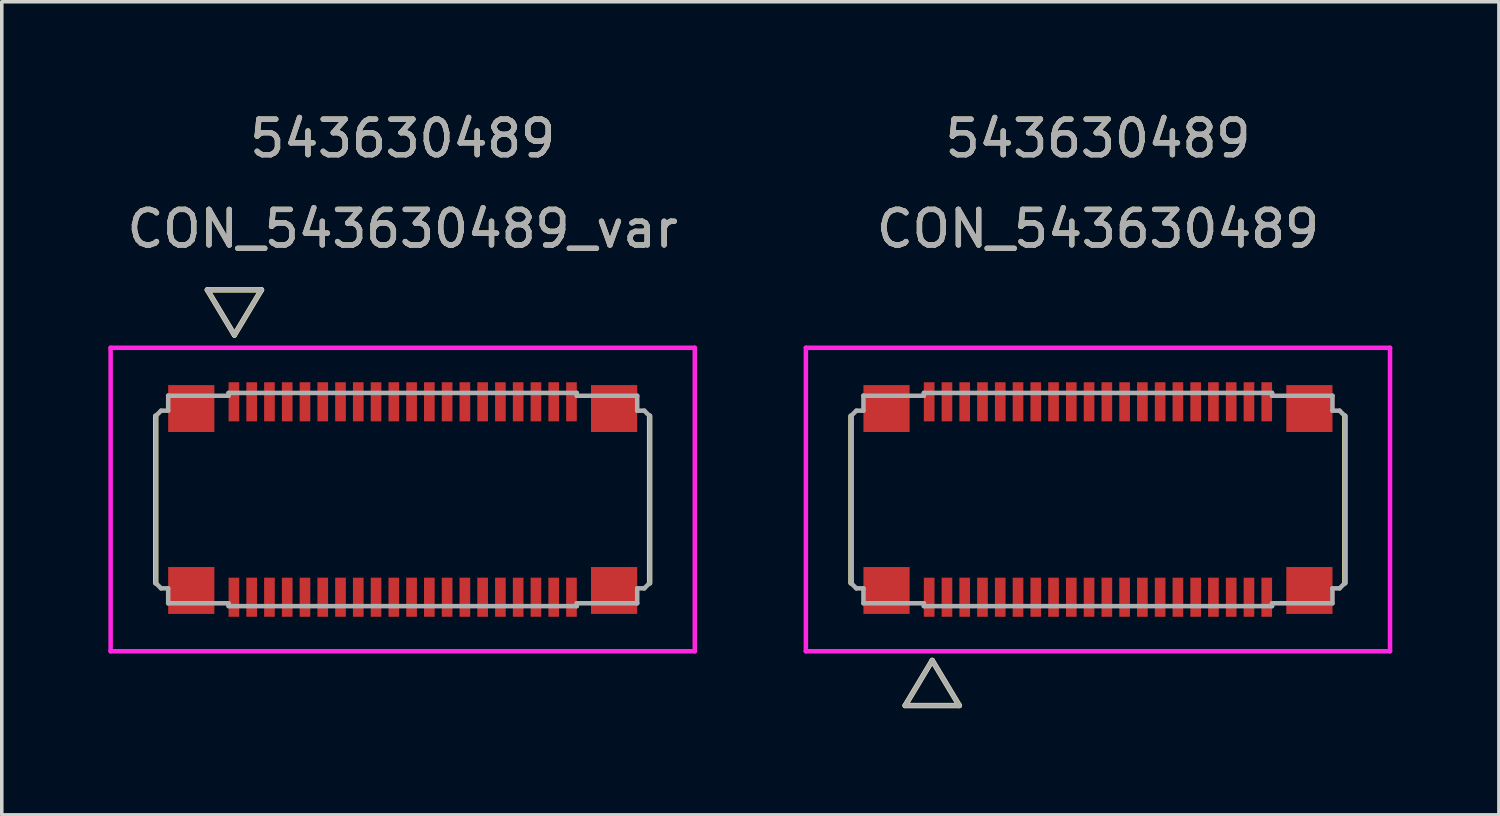
<source format=kicad_pcb>
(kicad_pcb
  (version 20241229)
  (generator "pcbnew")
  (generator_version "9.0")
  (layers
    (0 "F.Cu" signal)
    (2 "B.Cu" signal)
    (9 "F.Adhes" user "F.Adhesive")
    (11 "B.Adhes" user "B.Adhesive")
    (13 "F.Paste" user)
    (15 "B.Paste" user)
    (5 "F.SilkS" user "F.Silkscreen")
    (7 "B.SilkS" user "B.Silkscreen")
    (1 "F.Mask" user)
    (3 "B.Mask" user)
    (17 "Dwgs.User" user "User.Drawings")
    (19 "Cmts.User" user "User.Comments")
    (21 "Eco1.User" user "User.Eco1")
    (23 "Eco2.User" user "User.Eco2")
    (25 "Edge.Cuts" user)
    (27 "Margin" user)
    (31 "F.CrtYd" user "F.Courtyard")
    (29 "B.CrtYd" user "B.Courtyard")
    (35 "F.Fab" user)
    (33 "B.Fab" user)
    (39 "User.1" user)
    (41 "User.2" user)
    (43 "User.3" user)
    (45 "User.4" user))
  (footprint "CON_543630489"
    (layer "F.Cu")
    (at 27.85 11.008)
    (property "Reference" "CON_543630489" (at 0 -7.62 0) (unlocked yes) (layer "F.SilkS") (effects (font (size 1 1) (thickness 0.15))))
    (attr smd)
    (fp_line (start -6.95 2.35) (end -6.95 -2.35) (stroke (width 0.152) (type solid)) (layer "F.SilkS"))
    (fp_line (start -4.664 4.528) (end -5.426 5.798) (stroke (width 0.152) (type solid)) (layer "F.SilkS"))
    (fp_line (start -4.664 4.528) (end -3.902 5.798) (stroke (width 0.152) (type solid)) (layer "F.SilkS"))
    (fp_line (start -3.902 5.798) (end -5.426 5.798) (stroke (width 0.152) (type solid)) (layer "F.SilkS"))
    (fp_line (start 6.95 -2.35) (end 6.95 2.35) (stroke (width 0.152) (type solid)) (layer "F.SilkS"))
    (fp_line (start -8.22 -4.27) (end -8.22 4.27) (stroke (width 0.127) (type solid)) (layer "F.CrtYd"))
    (fp_line (start -8.22 4.27) (end 8.22 4.27) (stroke (width 0.127) (type solid)) (layer "F.CrtYd"))
    (fp_line (start 8.22 -4.27) (end -8.22 -4.27) (stroke (width 0.127) (type solid)) (layer "F.CrtYd"))
    (fp_line (start 8.22 4.27) (end 8.22 -4.27) (stroke (width 0.127) (type solid)) (layer "F.CrtYd"))
    (fp_line (start -6.95 -2.35) (end -6.8 -2.5) (stroke (width 0.127) (type solid)) (layer "F.Fab"))
    (fp_line (start -6.95 2.35) (end -6.95 -2.35) (stroke (width 0.127) (type solid)) (layer "F.Fab"))
    (fp_line (start -6.8 -2.5) (end -6.6 -2.5) (stroke (width 0.127) (type solid)) (layer "F.Fab"))
    (fp_line (start -6.8 2.5) (end -6.95 2.35) (stroke (width 0.127) (type solid)) (layer "F.Fab"))
    (fp_line (start -6.6 -2.92) (end -6.6 -2.92) (stroke (width 0.127) (type solid)) (layer "F.Fab"))
    (fp_line (start -6.6 -2.92) (end -4.9 -2.92) (stroke (width 0.127) (type solid)) (layer "F.Fab"))
    (fp_line (start -6.6 -2.5) (end -6.6 -2.92) (stroke (width 0.127) (type solid)) (layer "F.Fab"))
    (fp_line (start -6.6 2.5) (end -6.8 2.5) (stroke (width 0.127) (type solid)) (layer "F.Fab"))
    (fp_line (start -6.6 2.92) (end -6.6 2.5) (stroke (width 0.127) (type solid)) (layer "F.Fab"))
    (fp_line (start -4.9 -3) (end 4.9 -3) (stroke (width 0.127) (type solid)) (layer "F.Fab"))
    (fp_line (start -4.9 -2.92) (end -4.9 -3) (stroke (width 0.127) (type solid)) (layer "F.Fab"))
    (fp_line (start -4.9 2.92) (end -6.6 2.92) (stroke (width 0.127) (type solid)) (layer "F.Fab"))
    (fp_line (start -4.9 3) (end -4.9 2.92) (stroke (width 0.127) (type solid)) (layer "F.Fab"))
    (fp_line (start -4.664 4.528) (end -5.426 5.798) (stroke (width 0.127) (type solid)) (layer "F.Fab"))
    (fp_line (start -4.664 4.528) (end -3.902 5.798) (stroke (width 0.127) (type solid)) (layer "F.Fab"))
    (fp_line (start -3.902 5.798) (end -5.426 5.798) (stroke (width 0.127) (type solid)) (layer "F.Fab"))
    (fp_line (start 4.9 -3) (end 4.9 -2.92) (stroke (width 0.127) (type solid)) (layer "F.Fab"))
    (fp_line (start 4.9 -2.92) (end 6.6 -2.92) (stroke (width 0.127) (type solid)) (layer "F.Fab"))
    (fp_line (start 4.9 2.92) (end 4.9 3) (stroke (width 0.127) (type solid)) (layer "F.Fab"))
    (fp_line (start 4.9 3) (end -4.9 3) (stroke (width 0.127) (type solid)) (layer "F.Fab"))
    (fp_line (start 6.6 -2.92) (end 6.6 -2.5) (stroke (width 0.127) (type solid)) (layer "F.Fab"))
    (fp_line (start 6.6 -2.5) (end 6.8 -2.5) (stroke (width 0.127) (type solid)) (layer "F.Fab"))
    (fp_line (start 6.6 2.5) (end 6.6 2.92) (stroke (width 0.127) (type solid)) (layer "F.Fab"))
    (fp_line (start 6.6 2.92) (end 4.9 2.92) (stroke (width 0.127) (type solid)) (layer "F.Fab"))
    (fp_line (start 6.8 -2.5) (end 6.95 -2.35) (stroke (width 0.127) (type solid)) (layer "F.Fab"))
    (fp_line (start 6.8 2.5) (end 6.6 2.5) (stroke (width 0.127) (type solid)) (layer "F.Fab"))
    (fp_line (start 6.95 -2.35) (end 6.95 2.35) (stroke (width 0.127) (type solid)) (layer "F.Fab"))
    (fp_line (start 6.95 2.35) (end 6.8 2.5) (stroke (width 0.127) (type solid)) (layer "F.Fab"))
    (fp_text user "543630489" (at 0 -10.16 0) (unlocked yes) (layer "F.SilkS") (effects (font (size 1 1) (thickness 0.15))))
    (fp_text user "${REFERENCE}" (at 0 -7.62 0) (unlocked yes) (layer "F.Fab") (effects (font (size 1 1) (thickness 0.15))))
    (fp_text user "543630489" (at 0 -10.16 0) (unlocked yes) (layer "F.Fab") (effects (font (size 1 1) (thickness 0.15))))
    (pad "1" smd rect (at -4.75 2.75) (size 0.3 1.1) (layers "F.Cu" "F.Mask" "F.Paste"))
    (pad "2" smd rect (at -4.25 2.75) (size 0.3 1.1) (layers "F.Cu" "F.Mask" "F.Paste"))
    (pad "3" smd rect (at -3.75 2.75) (size 0.3 1.1) (layers "F.Cu" "F.Mask" "F.Paste"))
    (pad "4" smd rect (at -3.25 2.75) (size 0.3 1.1) (layers "F.Cu" "F.Mask" "F.Paste"))
    (pad "5" smd rect (at -2.75 2.75) (size 0.3 1.1) (layers "F.Cu" "F.Mask" "F.Paste"))
    (pad "6" smd rect (at -2.25 2.75) (size 0.3 1.1) (layers "F.Cu" "F.Mask" "F.Paste"))
    (pad "7" smd rect (at -1.75 2.75) (size 0.3 1.1) (layers "F.Cu" "F.Mask" "F.Paste"))
    (pad "8" smd rect (at -1.25 2.75) (size 0.3 1.1) (layers "F.Cu" "F.Mask" "F.Paste"))
    (pad "9" smd rect (at -0.75 2.75) (size 0.3 1.1) (layers "F.Cu" "F.Mask" "F.Paste"))
    (pad "10" smd rect (at -0.25 2.75) (size 0.3 1.1) (layers "F.Cu" "F.Mask" "F.Paste"))
    (pad "11" smd rect (at 0.25 2.75) (size 0.3 1.1) (layers "F.Cu" "F.Mask" "F.Paste"))
    (pad "12" smd rect (at 0.75 2.75) (size 0.3 1.1) (layers "F.Cu" "F.Mask" "F.Paste"))
    (pad "13" smd rect (at 1.25 2.75) (size 0.3 1.1) (layers "F.Cu" "F.Mask" "F.Paste"))
    (pad "14" smd rect (at 1.75 2.75) (size 0.3 1.1) (layers "F.Cu" "F.Mask" "F.Paste"))
    (pad "15" smd rect (at 2.25 2.75) (size 0.3 1.1) (layers "F.Cu" "F.Mask" "F.Paste"))
    (pad "16" smd rect (at 2.75 2.75) (size 0.3 1.1) (layers "F.Cu" "F.Mask" "F.Paste"))
    (pad "17" smd rect (at 3.25 2.75) (size 0.3 1.1) (layers "F.Cu" "F.Mask" "F.Paste"))
    (pad "18" smd rect (at 3.75 2.75) (size 0.3 1.1) (layers "F.Cu" "F.Mask" "F.Paste"))
    (pad "19" smd rect (at 4.25 2.75) (size 0.3 1.1) (layers "F.Cu" "F.Mask" "F.Paste"))
    (pad "20" smd rect (at 4.75 2.75) (size 0.3 1.1) (layers "F.Cu" "F.Mask" "F.Paste"))
    (pad "21" smd rect (at -4.75 -2.75) (size 0.3 1.1) (layers "F.Cu" "F.Mask" "F.Paste"))
    (pad "22" smd rect (at -4.25 -2.75) (size 0.3 1.1) (layers "F.Cu" "F.Mask" "F.Paste"))
    (pad "23" smd rect (at -3.75 -2.75) (size 0.3 1.1) (layers "F.Cu" "F.Mask" "F.Paste"))
    (pad "24" smd rect (at -3.25 -2.75) (size 0.3 1.1) (layers "F.Cu" "F.Mask" "F.Paste"))
    (pad "25" smd rect (at -2.75 -2.75) (size 0.3 1.1) (layers "F.Cu" "F.Mask" "F.Paste"))
    (pad "26" smd rect (at -2.25 -2.75) (size 0.3 1.1) (layers "F.Cu" "F.Mask" "F.Paste"))
    (pad "27" smd rect (at -1.75 -2.75) (size 0.3 1.1) (layers "F.Cu" "F.Mask" "F.Paste"))
    (pad "28" smd rect (at -1.25 -2.75) (size 0.3 1.1) (layers "F.Cu" "F.Mask" "F.Paste"))
    (pad "29" smd rect (at -0.75 -2.75) (size 0.3 1.1) (layers "F.Cu" "F.Mask" "F.Paste"))
    (pad "30" smd rect (at -0.25 -2.75) (size 0.3 1.1) (layers "F.Cu" "F.Mask" "F.Paste"))
    (pad "31" smd rect (at 0.25 -2.75) (size 0.3 1.1) (layers "F.Cu" "F.Mask" "F.Paste"))
    (pad "32" smd rect (at 0.75 -2.75) (size 0.3 1.1) (layers "F.Cu" "F.Mask" "F.Paste"))
    (pad "33" smd rect (at 1.25 -2.75) (size 0.3 1.1) (layers "F.Cu" "F.Mask" "F.Paste"))
    (pad "34" smd rect (at 1.75 -2.75) (size 0.3 1.1) (layers "F.Cu" "F.Mask" "F.Paste"))
    (pad "35" smd rect (at 2.25 -2.75) (size 0.3 1.1) (layers "F.Cu" "F.Mask" "F.Paste"))
    (pad "36" smd rect (at 2.75 -2.75) (size 0.3 1.1) (layers "F.Cu" "F.Mask" "F.Paste"))
    (pad "37" smd rect (at 3.25 -2.75) (size 0.3 1.1) (layers "F.Cu" "F.Mask" "F.Paste"))
    (pad "38" smd rect (at 3.75 -2.75) (size 0.3 1.1) (layers "F.Cu" "F.Mask" "F.Paste"))
    (pad "39" smd rect (at 4.25 -2.75) (size 0.3 1.1) (layers "F.Cu" "F.Mask" "F.Paste"))
    (pad "40" smd rect (at 4.75 -2.75) (size 0.3 1.1) (layers "F.Cu" "F.Mask" "F.Paste"))
    (pad "P1" smd rect (at -5.95 -2.56) (size 1.3 1.32) (layers "F.Cu" "F.Mask" "F.Paste"))
    (pad "P2" smd rect (at 5.95 -2.56) (size 1.3 1.32) (layers "F.Cu" "F.Mask" "F.Paste"))
    (pad "P3" smd rect (at -5.95 2.56) (size 1.3 1.32) (layers "F.Cu" "F.Mask" "F.Paste"))
    (pad "P4" smd rect (at 5.95 2.56) (size 1.3 1.32) (layers "F.Cu" "F.Mask" "F.Paste")))
  (footprint "CON_543630489_var"
    (layer "F.Cu")
    (at 8.283 11.008)
    (property "Reference" "CON_543630489_var" (at 0 -7.62 0) (unlocked yes) (layer "F.SilkS") (effects (font (size 1 1) (thickness 0.15))))
    (attr smd)
    (fp_line (start -6.95 2.35) (end -6.95 -2.35) (stroke (width 0.152) (type solid)) (layer "F.SilkS"))
    (fp_line (start -5.498 -5.9) (end -3.974 -5.9) (stroke (width 0.152) (type solid)) (layer "F.SilkS"))
    (fp_line (start -4.736 -4.63) (end -5.498 -5.9) (stroke (width 0.152) (type solid)) (layer "F.SilkS"))
    (fp_line (start -4.736 -4.63) (end -3.974 -5.9) (stroke (width 0.152) (type solid)) (layer "F.SilkS"))
    (fp_line (start 6.95 -2.35) (end 6.95 2.35) (stroke (width 0.152) (type solid)) (layer "F.SilkS"))
    (fp_line (start -8.22 -4.27) (end -8.22 4.27) (stroke (width 0.127) (type solid)) (layer "F.CrtYd"))
    (fp_line (start -8.22 4.27) (end 8.22 4.27) (stroke (width 0.127) (type solid)) (layer "F.CrtYd"))
    (fp_line (start 8.22 -4.27) (end -8.22 -4.27) (stroke (width 0.127) (type solid)) (layer "F.CrtYd"))
    (fp_line (start 8.22 4.27) (end 8.22 -4.27) (stroke (width 0.127) (type solid)) (layer "F.CrtYd"))
    (fp_line (start -6.95 -2.35) (end -6.8 -2.5) (stroke (width 0.127) (type solid)) (layer "F.Fab"))
    (fp_line (start -6.95 2.35) (end -6.95 -2.35) (stroke (width 0.127) (type solid)) (layer "F.Fab"))
    (fp_line (start -6.8 -2.5) (end -6.6 -2.5) (stroke (width 0.127) (type solid)) (layer "F.Fab"))
    (fp_line (start -6.8 2.5) (end -6.95 2.35) (stroke (width 0.127) (type solid)) (layer "F.Fab"))
    (fp_line (start -6.6 -2.92) (end -6.6 -2.92) (stroke (width 0.127) (type solid)) (layer "F.Fab"))
    (fp_line (start -6.6 -2.92) (end -4.9 -2.92) (stroke (width 0.127) (type solid)) (layer "F.Fab"))
    (fp_line (start -6.6 -2.5) (end -6.6 -2.92) (stroke (width 0.127) (type solid)) (layer "F.Fab"))
    (fp_line (start -6.6 2.5) (end -6.8 2.5) (stroke (width 0.127) (type solid)) (layer "F.Fab"))
    (fp_line (start -6.6 2.92) (end -6.6 2.5) (stroke (width 0.127) (type solid)) (layer "F.Fab"))
    (fp_line (start -5.498 -5.9) (end -3.974 -5.9) (stroke (width 0.127) (type solid)) (layer "F.Fab"))
    (fp_line (start -4.9 -3) (end 4.9 -3) (stroke (width 0.127) (type solid)) (layer "F.Fab"))
    (fp_line (start -4.9 -2.92) (end -4.9 -3) (stroke (width 0.127) (type solid)) (layer "F.Fab"))
    (fp_line (start -4.9 2.92) (end -6.6 2.92) (stroke (width 0.127) (type solid)) (layer "F.Fab"))
    (fp_line (start -4.9 3) (end -4.9 2.92) (stroke (width 0.127) (type solid)) (layer "F.Fab"))
    (fp_line (start -4.736 -4.63) (end -5.498 -5.9) (stroke (width 0.127) (type solid)) (layer "F.Fab"))
    (fp_line (start -4.736 -4.63) (end -3.974 -5.9) (stroke (width 0.127) (type solid)) (layer "F.Fab"))
    (fp_line (start 4.9 -3) (end 4.9 -2.92) (stroke (width 0.127) (type solid)) (layer "F.Fab"))
    (fp_line (start 4.9 -2.92) (end 6.6 -2.92) (stroke (width 0.127) (type solid)) (layer "F.Fab"))
    (fp_line (start 4.9 2.92) (end 4.9 3) (stroke (width 0.127) (type solid)) (layer "F.Fab"))
    (fp_line (start 4.9 3) (end -4.9 3) (stroke (width 0.127) (type solid)) (layer "F.Fab"))
    (fp_line (start 6.6 -2.92) (end 6.6 -2.5) (stroke (width 0.127) (type solid)) (layer "F.Fab"))
    (fp_line (start 6.6 -2.5) (end 6.8 -2.5) (stroke (width 0.127) (type solid)) (layer "F.Fab"))
    (fp_line (start 6.6 2.5) (end 6.6 2.92) (stroke (width 0.127) (type solid)) (layer "F.Fab"))
    (fp_line (start 6.6 2.92) (end 4.9 2.92) (stroke (width 0.127) (type solid)) (layer "F.Fab"))
    (fp_line (start 6.8 -2.5) (end 6.95 -2.35) (stroke (width 0.127) (type solid)) (layer "F.Fab"))
    (fp_line (start 6.8 2.5) (end 6.6 2.5) (stroke (width 0.127) (type solid)) (layer "F.Fab"))
    (fp_line (start 6.95 -2.35) (end 6.95 2.35) (stroke (width 0.127) (type solid)) (layer "F.Fab"))
    (fp_line (start 6.95 2.35) (end 6.8 2.5) (stroke (width 0.127) (type solid)) (layer "F.Fab"))
    (fp_text user "543630489" (at 0 -10.16 0) (unlocked yes) (layer "F.SilkS") (effects (font (size 1 1) (thickness 0.15))))
    (fp_text user "543630489" (at 0 -10.16 0) (unlocked yes) (layer "F.Fab") (effects (font (size 1 1) (thickness 0.15))))
    (fp_text user "${REFERENCE}" (at 0 -7.62 0) (unlocked yes) (layer "F.Fab") (effects (font (size 1 1) (thickness 0.15))))
    (pad "1" smd rect (at -4.75 -2.75) (size 0.3 1.1) (layers "F.Cu" "F.Mask" "F.Paste"))
    (pad "2" smd rect (at -4.75 2.75) (size 0.3 1.1) (layers "F.Cu" "F.Mask" "F.Paste"))
    (pad "3" smd rect (at -4.25 -2.75) (size 0.3 1.1) (layers "F.Cu" "F.Mask" "F.Paste"))
    (pad "4" smd rect (at -4.25 2.75) (size 0.3 1.1) (layers "F.Cu" "F.Mask" "F.Paste"))
    (pad "5" smd rect (at -3.75 -2.75) (size 0.3 1.1) (layers "F.Cu" "F.Mask" "F.Paste"))
    (pad "6" smd rect (at -3.75 2.75) (size 0.3 1.1) (layers "F.Cu" "F.Mask" "F.Paste"))
    (pad "7" smd rect (at -3.25 -2.75) (size 0.3 1.1) (layers "F.Cu" "F.Mask" "F.Paste"))
    (pad "8" smd rect (at -3.25 2.75) (size 0.3 1.1) (layers "F.Cu" "F.Mask" "F.Paste"))
    (pad "9" smd rect (at -2.75 -2.75) (size 0.3 1.1) (layers "F.Cu" "F.Mask" "F.Paste"))
    (pad "10" smd rect (at -2.75 2.75) (size 0.3 1.1) (layers "F.Cu" "F.Mask" "F.Paste"))
    (pad "11" smd rect (at -2.25 -2.75) (size 0.3 1.1) (layers "F.Cu" "F.Mask" "F.Paste"))
    (pad "12" smd rect (at -2.25 2.75) (size 0.3 1.1) (layers "F.Cu" "F.Mask" "F.Paste"))
    (pad "13" smd rect (at -1.75 -2.75) (size 0.3 1.1) (layers "F.Cu" "F.Mask" "F.Paste"))
    (pad "14" smd rect (at -1.75 2.75) (size 0.3 1.1) (layers "F.Cu" "F.Mask" "F.Paste"))
    (pad "15" smd rect (at -1.25 -2.75) (size 0.3 1.1) (layers "F.Cu" "F.Mask" "F.Paste"))
    (pad "16" smd rect (at -1.25 2.75) (size 0.3 1.1) (layers "F.Cu" "F.Mask" "F.Paste"))
    (pad "17" smd rect (at -0.75 -2.75) (size 0.3 1.1) (layers "F.Cu" "F.Mask" "F.Paste"))
    (pad "18" smd rect (at -0.75 2.75) (size 0.3 1.1) (layers "F.Cu" "F.Mask" "F.Paste"))
    (pad "19" smd rect (at -0.25 -2.75) (size 0.3 1.1) (layers "F.Cu" "F.Mask" "F.Paste"))
    (pad "20" smd rect (at -0.25 2.75) (size 0.3 1.1) (layers "F.Cu" "F.Mask" "F.Paste"))
    (pad "21" smd rect (at 0.25 -2.75) (size 0.3 1.1) (layers "F.Cu" "F.Mask" "F.Paste"))
    (pad "22" smd rect (at 0.25 2.75) (size 0.3 1.1) (layers "F.Cu" "F.Mask" "F.Paste"))
    (pad "23" smd rect (at 0.75 -2.75) (size 0.3 1.1) (layers "F.Cu" "F.Mask" "F.Paste"))
    (pad "24" smd rect (at 0.75 2.75) (size 0.3 1.1) (layers "F.Cu" "F.Mask" "F.Paste"))
    (pad "25" smd rect (at 1.25 -2.75) (size 0.3 1.1) (layers "F.Cu" "F.Mask" "F.Paste"))
    (pad "26" smd rect (at 1.25 2.75) (size 0.3 1.1) (layers "F.Cu" "F.Mask" "F.Paste"))
    (pad "27" smd rect (at 1.75 -2.75) (size 0.3 1.1) (layers "F.Cu" "F.Mask" "F.Paste"))
    (pad "28" smd rect (at 1.75 2.75) (size 0.3 1.1) (layers "F.Cu" "F.Mask" "F.Paste"))
    (pad "29" smd rect (at 2.25 -2.75) (size 0.3 1.1) (layers "F.Cu" "F.Mask" "F.Paste"))
    (pad "30" smd rect (at 2.25 2.75) (size 0.3 1.1) (layers "F.Cu" "F.Mask" "F.Paste"))
    (pad "31" smd rect (at 2.75 -2.75) (size 0.3 1.1) (layers "F.Cu" "F.Mask" "F.Paste"))
    (pad "32" smd rect (at 2.75 2.75) (size 0.3 1.1) (layers "F.Cu" "F.Mask" "F.Paste"))
    (pad "33" smd rect (at 3.25 -2.75) (size 0.3 1.1) (layers "F.Cu" "F.Mask" "F.Paste"))
    (pad "34" smd rect (at 3.25 2.75) (size 0.3 1.1) (layers "F.Cu" "F.Mask" "F.Paste"))
    (pad "35" smd rect (at 3.75 -2.75) (size 0.3 1.1) (layers "F.Cu" "F.Mask" "F.Paste"))
    (pad "36" smd rect (at 3.75 2.75) (size 0.3 1.1) (layers "F.Cu" "F.Mask" "F.Paste"))
    (pad "37" smd rect (at 4.25 -2.75) (size 0.3 1.1) (layers "F.Cu" "F.Mask" "F.Paste"))
    (pad "38" smd rect (at 4.25 2.75) (size 0.3 1.1) (layers "F.Cu" "F.Mask" "F.Paste"))
    (pad "39" smd rect (at 4.75 -2.75) (size 0.3 1.1) (layers "F.Cu" "F.Mask" "F.Paste"))
    (pad "40" smd rect (at 4.75 2.75) (size 0.3 1.1) (layers "F.Cu" "F.Mask" "F.Paste"))
    (pad "41" smd rect (at -5.95 -2.56) (size 1.3 1.32) (layers "F.Cu" "F.Mask" "F.Paste"))
    (pad "42" smd rect (at -5.95 2.56) (size 1.3 1.32) (layers "F.Cu" "F.Mask" "F.Paste"))
    (pad "43" smd rect (at 5.95 -2.56) (size 1.3 1.32) (layers "F.Cu" "F.Mask" "F.Paste"))
    (pad "44" smd rect (at 5.95 2.56) (size 1.3 1.32) (layers "F.Cu" "F.Mask" "F.Paste")))
  (gr_rect
    (start -3 -3)
    (end 39.134 19.882)
    (stroke (width 0.1) (type default))
    (fill no)
    (layer "Edge.Cuts")))
</source>
